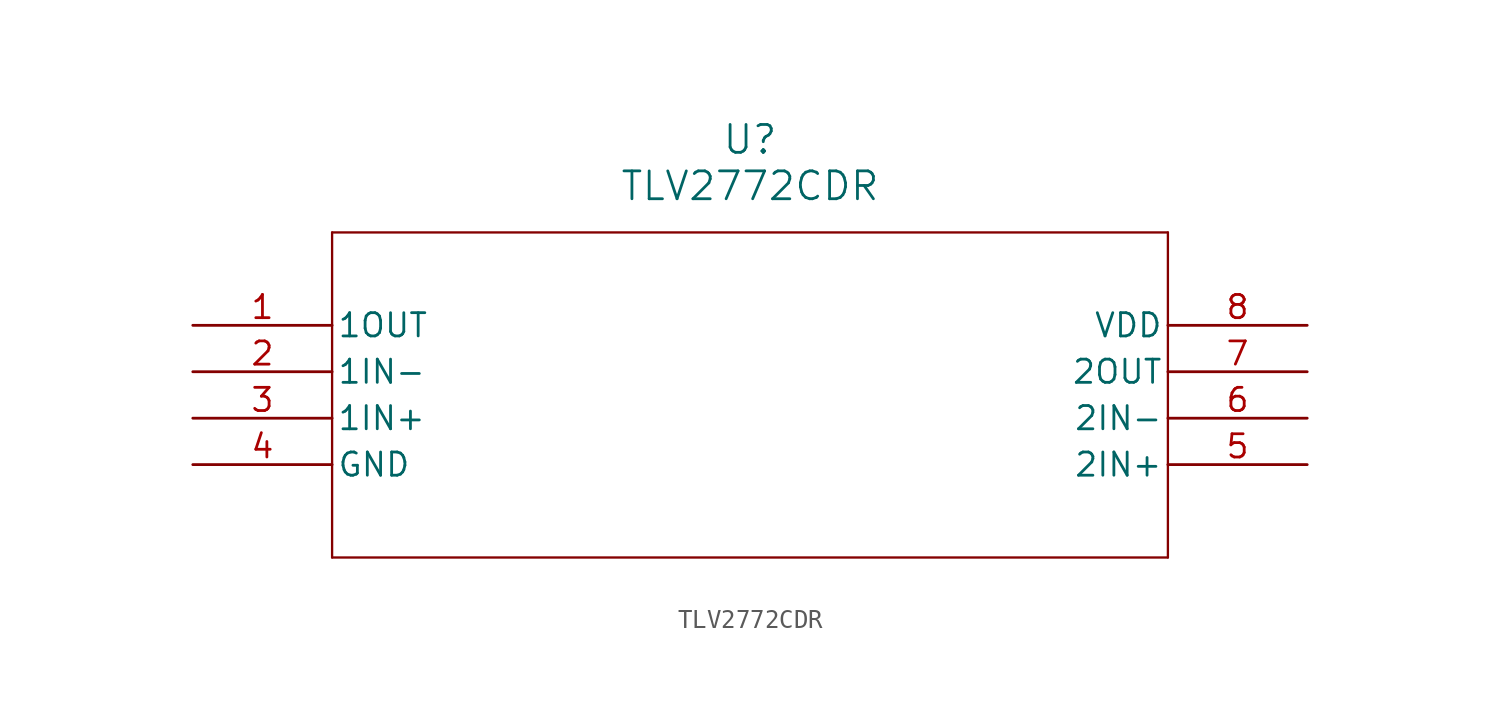
<source format=kicad_sym>
(kicad_symbol_lib
  (version 20211014)
  (generator kicad_symbol_editor)
  (symbol "TLV2772CDR"
    (pin_names
      (offset 0.254))
    (property "Reference" "U"
      (at 30.48 10.16 0)
      (effects (font (size 1.524 1.524))))
    (property "Value" "TLV2772CDR"
      (at 30.48 7.62 0)
      (effects (font (size 1.524 1.524))))
    (symbol "TLV2772CDR_0_1"
      (polyline (pts (xy 7.62 5.08) (xy 7.62 -12.7)) (stroke (width 0.127) (type default) (color 0 0 0 0)) (fill (type none)))
      (polyline (pts (xy 7.62 -12.7) (xy 53.34 -12.7)) (stroke (width 0.127) (type default) (color 0 0 0 0)) (fill (type none)))
      (polyline (pts (xy 53.34 -12.7) (xy 53.34 5.08)) (stroke (width 0.127) (type default) (color 0 0 0 0)) (fill (type none)))
      (polyline (pts (xy 53.34 5.08) (xy 7.62 5.08)) (stroke (width 0.127) (type default) (color 0 0 0 0)) (fill (type none)))
      (pin output line (at 0 0 0) (length 7.62) (name "1OUT" (effects (font (size 1.27 1.27)))) (number "1" (effects (font (size 1.27 1.27)))))
      (pin input line (at 0 -2.54 0) (length 7.62) (name "1IN-" (effects (font (size 1.27 1.27)))) (number "2" (effects (font (size 1.27 1.27)))))
      (pin input line (at 0 -5.08 0) (length 7.62) (name "1IN+" (effects (font (size 1.27 1.27)))) (number "3" (effects (font (size 1.27 1.27)))))
      (pin power_in line (at 0 -7.62 0) (length 7.62) (name "GND" (effects (font (size 1.27 1.27)))) (number "4" (effects (font (size 1.27 1.27)))))
      (pin input line (at 60.96 -7.62 180) (length 7.62) (name "2IN+" (effects (font (size 1.27 1.27)))) (number "5" (effects (font (size 1.27 1.27)))))
      (pin input line (at 60.96 -5.08 180) (length 7.62) (name "2IN-" (effects (font (size 1.27 1.27)))) (number "6" (effects (font (size 1.27 1.27)))))
      (pin output line (at 60.96 -2.54 180) (length 7.62) (name "2OUT" (effects (font (size 1.27 1.27)))) (number "7" (effects (font (size 1.27 1.27)))))
      (pin power_in line (at 60.96 0 180) (length 7.62) (name "VDD" (effects (font (size 1.27 1.27)))) (number "8" (effects (font (size 1.27 1.27))))))))
</source>
